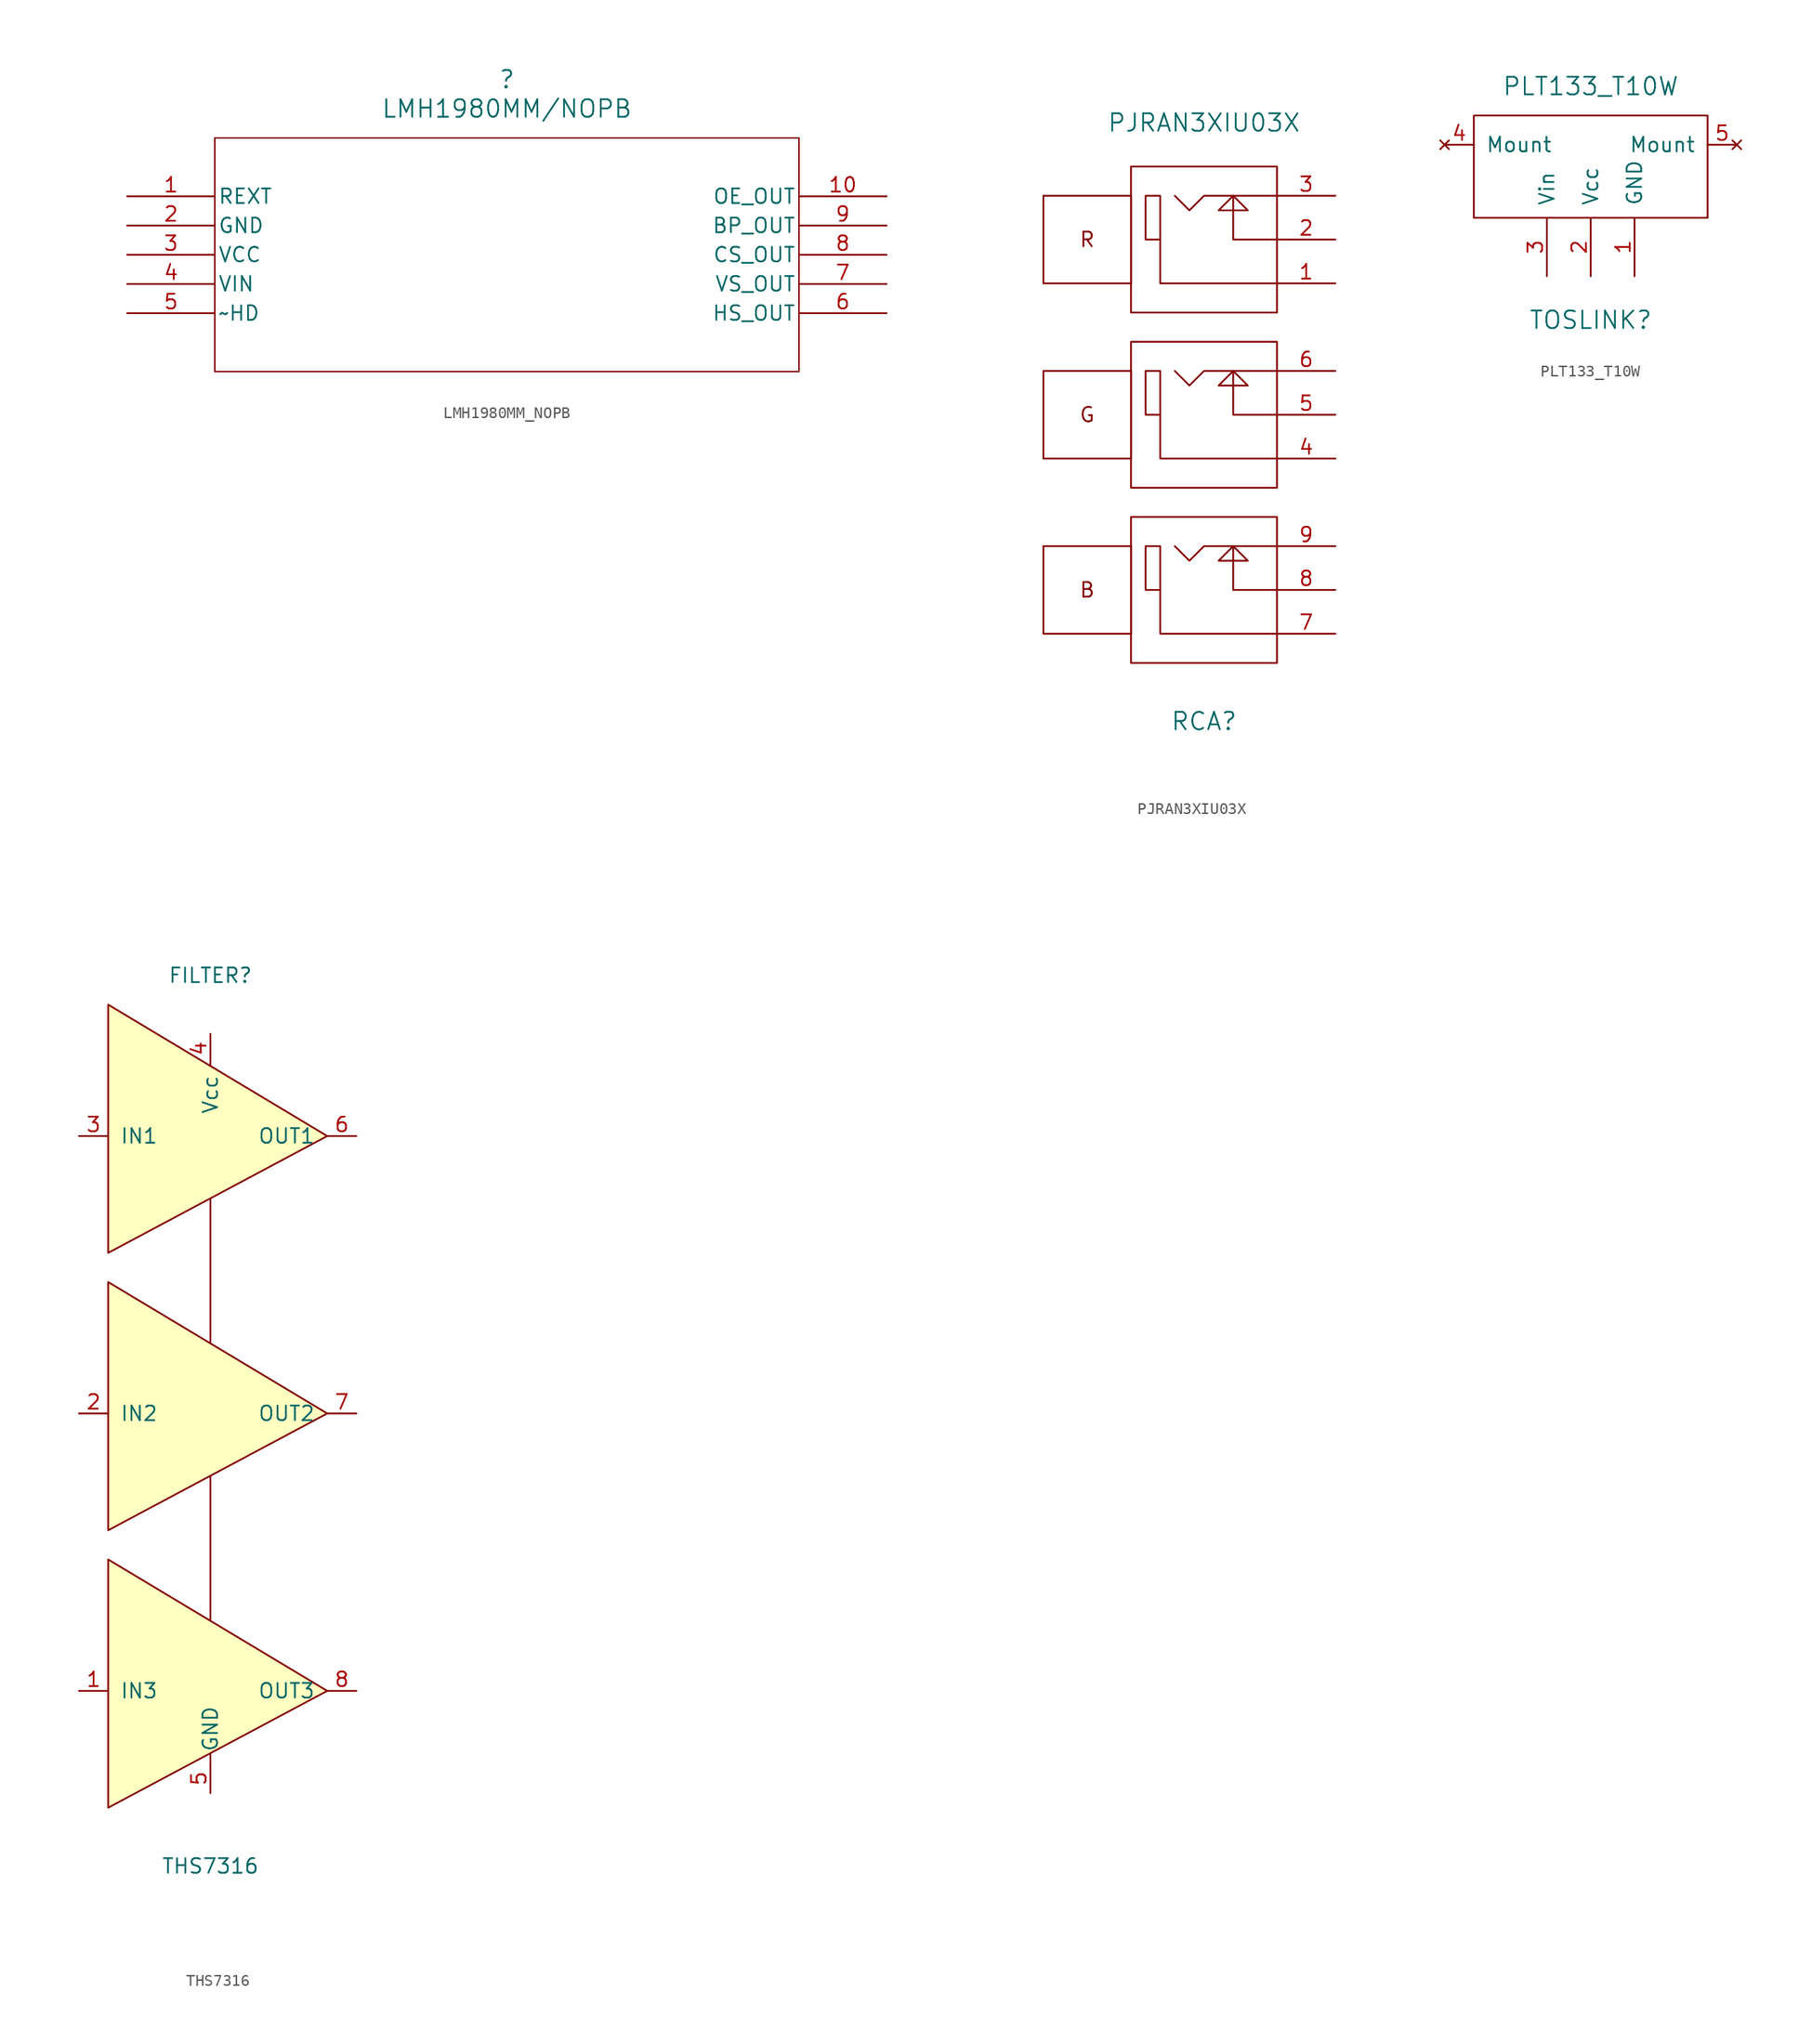
<source format=kicad_sym>
(kicad_symbol_lib
  (version 20231120)
  (generator "kicad_symbol_editor")
  (generator_version "8.0")
  (symbol "LMH1980MM_NOPB"
    (pin_names
      (offset 0.254))
    (property "Reference" ""
      (at 33.02 10.16 0)
      (effects (font (size 1.524 1.524))))
    (property "Value" "LMH1980MM/NOPB"
      (at 33.02 7.62 0)
      (effects (font (size 1.524 1.524))))
    (property "ki_locked" ""
      (at 0 0 0)
      (effects (font (size 1.27 1.27))))
    (symbol "LMH1980MM_NOPB_0_1"
      (polyline (pts (xy 7.62 -15.24) (xy 58.42 -15.24)) (stroke (width 0.127) (type default)) (fill (type none)))
      (polyline (pts (xy 7.62 5.08) (xy 7.62 -15.24)) (stroke (width 0.127) (type default)) (fill (type none)))
      (polyline (pts (xy 58.42 -15.24) (xy 58.42 5.08)) (stroke (width 0.127) (type default)) (fill (type none)))
      (polyline (pts (xy 58.42 5.08) (xy 7.62 5.08)) (stroke (width 0.127) (type default)) (fill (type none)))
      (pin passive line (at 0 0 0) (length 7.62) (name "REXT" (effects (font (size 1.27 1.27)))) (number "1" (effects (font (size 1.27 1.27)))))
      (pin output line (at 66.04 0 180) (length 7.62) (name "OE_OUT" (effects (font (size 1.27 1.27)))) (number "10" (effects (font (size 1.27 1.27)))))
      (pin power_in line (at 0 -2.54 0) (length 7.62) (name "GND" (effects (font (size 1.27 1.27)))) (number "2" (effects (font (size 1.27 1.27)))))
      (pin power_in line (at 0 -5.08 0) (length 7.62) (name "VCC" (effects (font (size 1.27 1.27)))) (number "3" (effects (font (size 1.27 1.27)))))
      (pin input line (at 0 -7.62 0) (length 7.62) (name "VIN" (effects (font (size 1.27 1.27)))) (number "4" (effects (font (size 1.27 1.27)))))
      (pin output line (at 0 -10.16 0) (length 7.62) (name "~HD" (effects (font (size 1.27 1.27)))) (number "5" (effects (font (size 1.27 1.27)))))
      (pin output line (at 66.04 -10.16 180) (length 7.62) (name "HS_OUT" (effects (font (size 1.27 1.27)))) (number "6" (effects (font (size 1.27 1.27)))))
      (pin output line (at 66.04 -7.62 180) (length 7.62) (name "VS_OUT" (effects (font (size 1.27 1.27)))) (number "7" (effects (font (size 1.27 1.27)))))
      (pin output line (at 66.04 -5.08 180) (length 7.62) (name "CS_OUT" (effects (font (size 1.27 1.27)))) (number "8" (effects (font (size 1.27 1.27)))))
      (pin output line (at 66.04 -2.54 180) (length 7.62) (name "BP_OUT" (effects (font (size 1.27 1.27)))) (number "9" (effects (font (size 1.27 1.27)))))))
  (symbol "PJRAN3XIU03X"
    (pin_names
      (offset 1.016))
    (property "Reference" "RCA"
      (at 0 -26.67 0)
      (effects (font (size 1.524 1.524))))
    (property "Value" "PJRAN3XIU03X"
      (at 0 25.4 0)
      (effects (font (size 1.524 1.524))))
    (symbol "PJRAN3XIU03X_0_0"
      (text "B" (at -10.16 -15.24 0) (effects (font (size 1.27 1.27))))
      (text "G" (at -10.16 0 0) (effects (font (size 1.27 1.27))))
      (text "R" (at -10.16 15.24 0) (effects (font (size 1.27 1.27)))))
    (symbol "PJRAN3XIU03X_0_1"
      (rectangle (start -6.35 -11.43) (end -13.97 -19.05) (stroke (width 0) (type solid)) (fill (type none)))
      (rectangle (start -6.35 3.81) (end -13.97 -3.81) (stroke (width 0) (type solid)) (fill (type none)))
      (rectangle (start -6.35 19.05) (end -13.97 11.43) (stroke (width 0) (type solid)) (fill (type none)))
      (polyline (pts (xy 6.35 -15.24) (xy 2.54 -15.24) (xy 2.54 -11.43)) (stroke (width 0) (type solid)) (fill (type none)))
      (polyline (pts (xy 6.35 0) (xy 2.54 0) (xy 2.54 3.81)) (stroke (width 0) (type solid)) (fill (type none)))
      (polyline (pts (xy 6.35 15.24) (xy 2.54 15.24) (xy 2.54 19.05)) (stroke (width 0) (type solid)) (fill (type none)))
      (polyline (pts (xy 2.54 -11.43) (xy 1.27 -12.7) (xy 3.81 -12.7) (xy 2.54 -11.43)) (stroke (width 0) (type solid)) (fill (type none)))
      (polyline (pts (xy 2.54 3.81) (xy 1.27 2.54) (xy 3.81 2.54) (xy 2.54 3.81)) (stroke (width 0) (type solid)) (fill (type none)))
      (polyline (pts (xy 2.54 19.05) (xy 1.27 17.78) (xy 3.81 17.78) (xy 2.54 19.05)) (stroke (width 0) (type solid)) (fill (type none)))
      (polyline (pts (xy 6.35 -11.43) (xy 0 -11.43) (xy -1.27 -12.7) (xy -2.54 -11.43)) (stroke (width 0) (type solid)) (fill (type none)))
      (polyline (pts (xy 6.35 3.81) (xy 0 3.81) (xy -1.27 2.54) (xy -2.54 3.81)) (stroke (width 0) (type solid)) (fill (type none)))
      (polyline (pts (xy 6.35 19.05) (xy 0 19.05) (xy -1.27 17.78) (xy -2.54 19.05)) (stroke (width 0) (type solid)) (fill (type none)))
      (polyline (pts (xy 6.35 -19.05) (xy -3.81 -19.05) (xy -3.81 -11.43) (xy -5.08 -11.43) (xy -5.08 -15.24) (xy -3.81 -15.24)) (stroke (width 0) (type solid)) (fill (type none)))
      (polyline (pts (xy 6.35 -3.81) (xy -3.81 -3.81) (xy -3.81 3.81) (xy -5.08 3.81) (xy -5.08 0) (xy -3.81 0)) (stroke (width 0) (type solid)) (fill (type none)))
      (polyline (pts (xy 6.35 11.43) (xy -3.81 11.43) (xy -3.81 19.05) (xy -5.08 19.05) (xy -5.08 15.24) (xy -3.81 15.24)) (stroke (width 0) (type solid)) (fill (type none)))
      (rectangle (start 6.35 -8.89) (end -6.35 -21.59) (stroke (width 0) (type solid)) (fill (type none)))
      (rectangle (start 6.35 6.35) (end -6.35 -6.35) (stroke (width 0) (type solid)) (fill (type none)))
      (rectangle (start 6.35 21.59) (end -6.35 8.89) (stroke (width 0) (type solid)) (fill (type none))))
    (symbol "PJRAN3XIU03X_1_1"
      (pin input line (at 11.43 11.43 180) (length 5.08) (name "~" (effects (font (size 1.27 1.27)))) (number "1" (effects (font (size 1.27 1.27)))))
      (pin input line (at 11.43 15.24 180) (length 5.08) (name "~" (effects (font (size 1.27 1.27)))) (number "2" (effects (font (size 1.27 1.27)))))
      (pin input line (at 11.43 19.05 180) (length 5.08) (name "~" (effects (font (size 1.27 1.27)))) (number "3" (effects (font (size 1.27 1.27)))))
      (pin input line (at 11.43 -3.81 180) (length 5.08) (name "~" (effects (font (size 1.27 1.27)))) (number "4" (effects (font (size 1.27 1.27)))))
      (pin input line (at 11.43 0 180) (length 5.08) (name "~" (effects (font (size 1.27 1.27)))) (number "5" (effects (font (size 1.27 1.27)))))
      (pin input line (at 11.43 3.81 180) (length 5.08) (name "~" (effects (font (size 1.27 1.27)))) (number "6" (effects (font (size 1.27 1.27)))))
      (pin input line (at 11.43 -19.05 180) (length 5.08) (name "~" (effects (font (size 1.27 1.27)))) (number "7" (effects (font (size 1.27 1.27)))))
      (pin input line (at 11.43 -15.24 180) (length 5.08) (name "~" (effects (font (size 1.27 1.27)))) (number "8" (effects (font (size 1.27 1.27)))))
      (pin input line (at 11.43 -11.43 180) (length 5.08) (name "~" (effects (font (size 1.27 1.27)))) (number "9" (effects (font (size 1.27 1.27)))))))
  (symbol "PLT133_T10W"
    (pin_names
      (offset 1.016))
    (property "Reference" "TOSLINK"
      (at 0 -8.89 0)
      (effects (font (size 1.524 1.524))))
    (property "Value" "PLT133_T10W"
      (at 0 11.43 0)
      (effects (font (size 1.524 1.524))))
    (symbol "PLT133_T10W_0_1"
      (rectangle (start -10.16 8.89) (end 10.16 0) (stroke (width 0) (type solid)) (fill (type none))))
    (symbol "PLT133_T10W_1_1"
      (pin input line (at 3.81 -5.08 90) (length 5.08) (name "GND" (effects (font (size 1.27 1.27)))) (number "1" (effects (font (size 1.27 1.27)))))
      (pin power_in line (at 0 -5.08 90) (length 5.08) (name "Vcc" (effects (font (size 1.27 1.27)))) (number "2" (effects (font (size 1.27 1.27)))))
      (pin input line (at -3.81 -5.08 90) (length 5.08) (name "Vin" (effects (font (size 1.27 1.27)))) (number "3" (effects (font (size 1.27 1.27)))))
      (pin no_connect line (at -12.7 6.35 0) (length 2.54) (name "Mount" (effects (font (size 1.27 1.27)))) (number "4" (effects (font (size 1.27 1.27)))))
      (pin no_connect line (at 12.7 6.35 180) (length 2.54) (name "Mount" (effects (font (size 1.27 1.27)))) (number "5" (effects (font (size 1.27 1.27)))))))
  (symbol "THS7316"
    (pin_names
      (offset 1.016))
    (property "Reference" "FILTER"
      (at 0 46.99 0)
      (effects (font (size 1.27 1.27))))
    (property "Value" "THS7316"
      (at 0 -30.48 0)
      (effects (font (size 1.27 1.27))))
    (symbol "THS7316_0_1"
      (polyline (pts (xy 0 -21.59) (xy 0 -20.701)) (stroke (width 0) (type solid)) (fill (type none)))
      (polyline (pts (xy 0 3.429) (xy 0 -9.017)) (stroke (width 0) (type solid)) (fill (type none)))
      (polyline (pts (xy 0 27.559) (xy 0 14.986)) (stroke (width 0) (type solid)) (fill (type none)))
      (polyline (pts (xy 0 39.116) (xy 0 39.37)) (stroke (width 0) (type solid)) (fill (type none)))
      (polyline (pts (xy -8.89 -3.81) (xy 10.16 -15.24) (xy -8.89 -25.4) (xy -8.89 -3.81)) (stroke (width 0) (type solid)) (fill (type background)))
      (polyline (pts (xy -8.89 20.32) (xy 10.16 8.89) (xy -8.89 -1.27) (xy -8.89 20.32)) (stroke (width 0) (type solid)) (fill (type background)))
      (polyline (pts (xy -8.89 44.45) (xy 10.16 33.02) (xy -8.89 22.86) (xy -8.89 44.45)) (stroke (width 0) (type solid)) (fill (type background))))
    (symbol "THS7316_1_1"
      (pin input line (at -11.43 -15.24 0) (length 2.54) (name "IN3" (effects (font (size 1.27 1.27)))) (number "1" (effects (font (size 1.27 1.27)))))
      (pin input line (at -11.43 8.89 0) (length 2.54) (name "IN2" (effects (font (size 1.27 1.27)))) (number "2" (effects (font (size 1.27 1.27)))))
      (pin input line (at -11.43 33.02 0) (length 2.54) (name "IN1" (effects (font (size 1.27 1.27)))) (number "3" (effects (font (size 1.27 1.27)))))
      (pin power_in line (at 0 41.91 270) (length 2.54) (name "Vcc" (effects (font (size 1.27 1.27)))) (number "4" (effects (font (size 1.27 1.27)))))
      (pin power_out line (at 0 -24.13 90) (length 2.54) (name "GND" (effects (font (size 1.27 1.27)))) (number "5" (effects (font (size 1.27 1.27)))))
      (pin output line (at 12.7 33.02 180) (length 2.54) (name "OUT1" (effects (font (size 1.27 1.27)))) (number "6" (effects (font (size 1.27 1.27)))))
      (pin output line (at 12.7 8.89 180) (length 2.54) (name "OUT2" (effects (font (size 1.27 1.27)))) (number "7" (effects (font (size 1.27 1.27)))))
      (pin output line (at 12.7 -15.24 180) (length 2.54) (name "OUT3" (effects (font (size 1.27 1.27)))) (number "8" (effects (font (size 1.27 1.27))))))))
</source>
